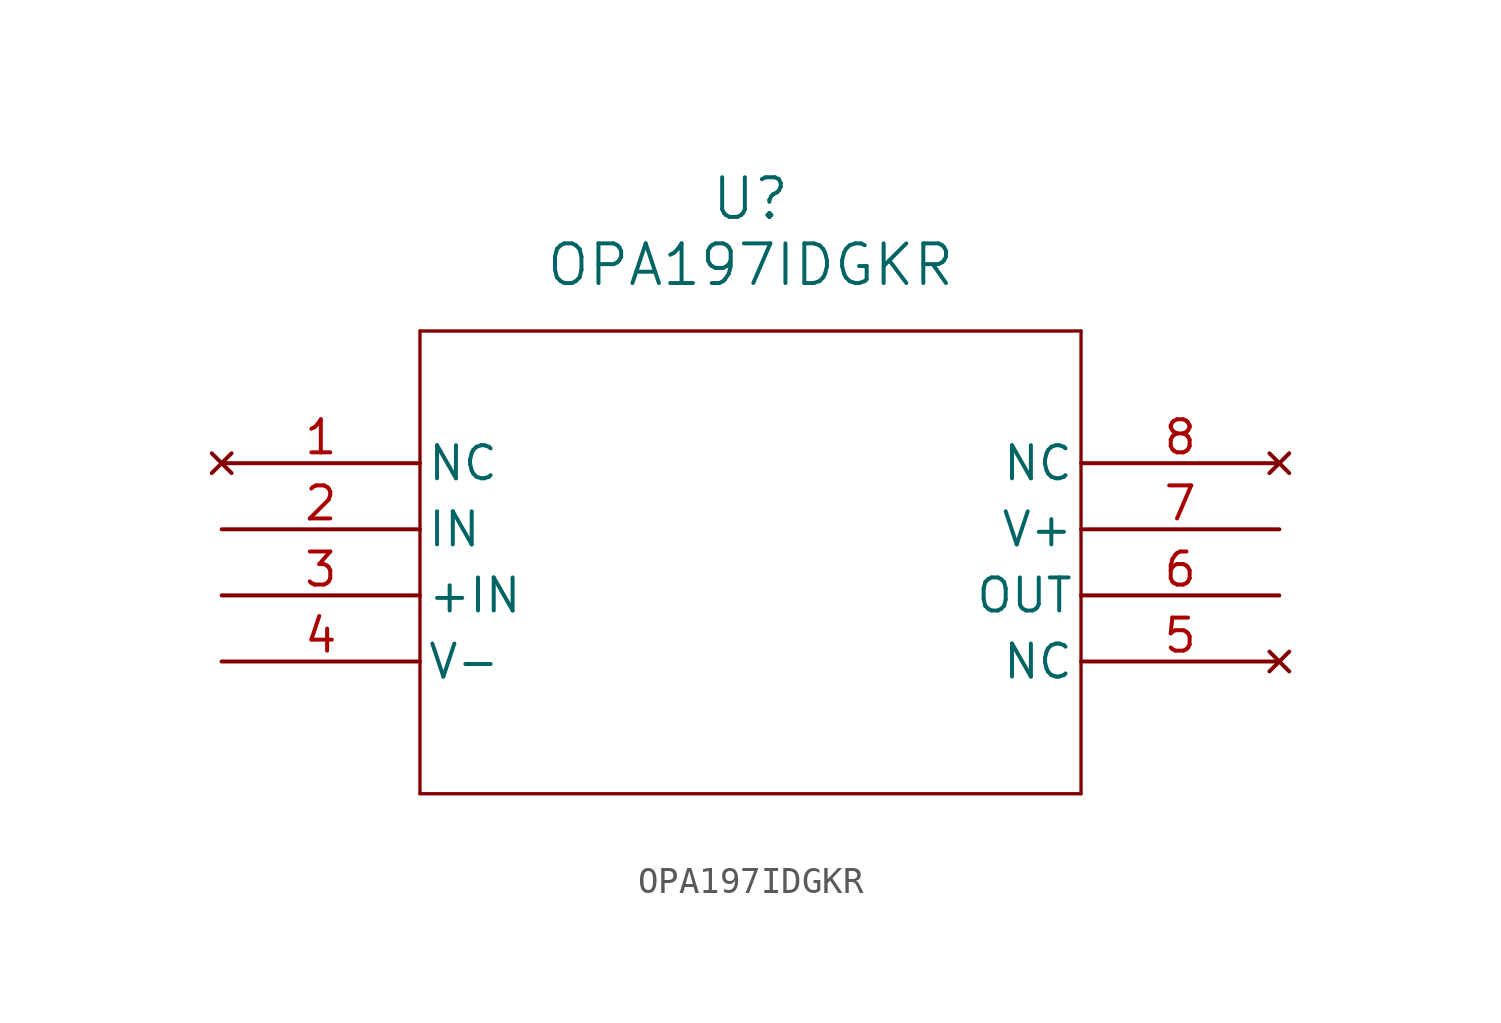
<source format=kicad_sym>
(kicad_symbol_lib
  (version 20211014)
  (generator kicad_symbol_editor)
  (symbol "OPA197IDGKR"
    (pin_names
      (offset 0.254))
    (property "Reference" "U"
      (at 20.32 10.16 0)
      (effects (font (size 1.524 1.524))))
    (property "Value" "OPA197IDGKR"
      (at 20.32 7.62 0)
      (effects (font (size 1.524 1.524))))
    (symbol "OPA197IDGKR_0_1"
      (polyline (pts (xy 7.62 5.08) (xy 7.62 -12.7)) (stroke (width 0.127) (type default) (color 0 0 0 0)) (fill (type none)))
      (polyline (pts (xy 7.62 -12.7) (xy 33.02 -12.7)) (stroke (width 0.127) (type default) (color 0 0 0 0)) (fill (type none)))
      (polyline (pts (xy 33.02 -12.7) (xy 33.02 5.08)) (stroke (width 0.127) (type default) (color 0 0 0 0)) (fill (type none)))
      (polyline (pts (xy 33.02 5.08) (xy 7.62 5.08)) (stroke (width 0.127) (type default) (color 0 0 0 0)) (fill (type none)))
      (pin no_connect line (at 0 0 0) (length 7.62) (name "NC" (effects (font (size 1.27 1.27)))) (number "1" (effects (font (size 1.27 1.27)))))
      (pin unspecified line (at 0 -2.54 0) (length 7.62) (name "IN" (effects (font (size 1.27 1.27)))) (number "2" (effects (font (size 1.27 1.27)))))
      (pin input line (at 0 -5.08 0) (length 7.62) (name "+IN" (effects (font (size 1.27 1.27)))) (number "3" (effects (font (size 1.27 1.27)))))
      (pin power_in line (at 0 -7.62 0) (length 7.62) (name "V-" (effects (font (size 1.27 1.27)))) (number "4" (effects (font (size 1.27 1.27)))))
      (pin no_connect line (at 40.64 -7.62 180) (length 7.62) (name "NC" (effects (font (size 1.27 1.27)))) (number "5" (effects (font (size 1.27 1.27)))))
      (pin output line (at 40.64 -5.08 180) (length 7.62) (name "OUT" (effects (font (size 1.27 1.27)))) (number "6" (effects (font (size 1.27 1.27)))))
      (pin power_in line (at 40.64 -2.54 180) (length 7.62) (name "V+" (effects (font (size 1.27 1.27)))) (number "7" (effects (font (size 1.27 1.27)))))
      (pin no_connect line (at 40.64 0 180) (length 7.62) (name "NC" (effects (font (size 1.27 1.27)))) (number "8" (effects (font (size 1.27 1.27))))))))
</source>
